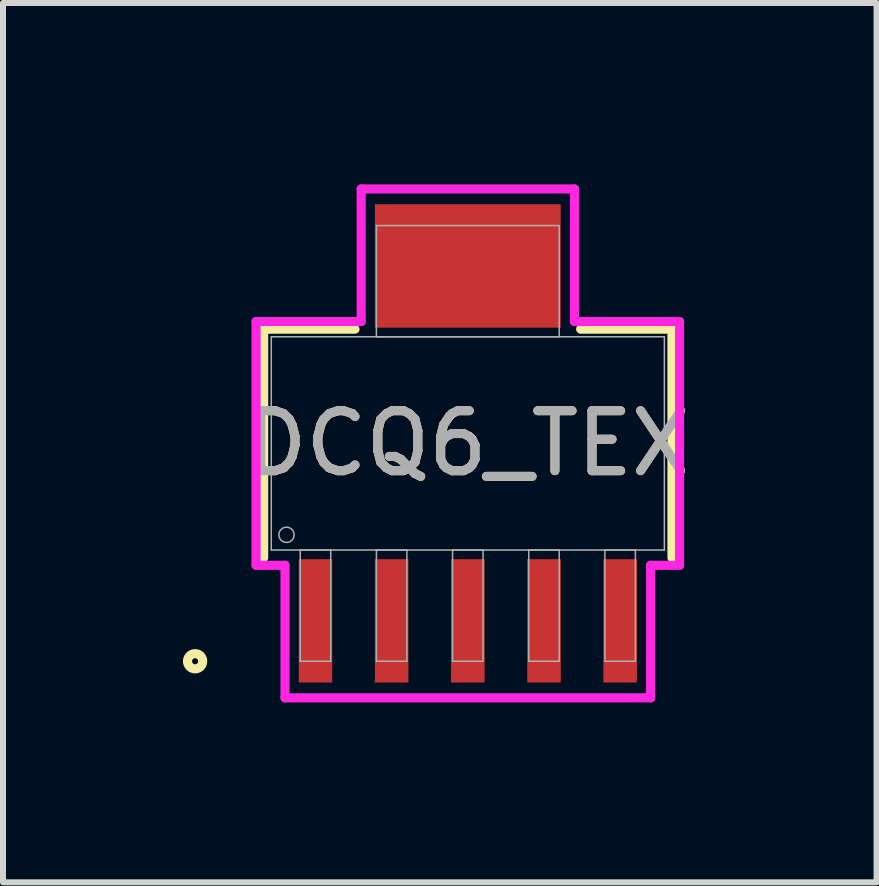
<source format=kicad_pcb>
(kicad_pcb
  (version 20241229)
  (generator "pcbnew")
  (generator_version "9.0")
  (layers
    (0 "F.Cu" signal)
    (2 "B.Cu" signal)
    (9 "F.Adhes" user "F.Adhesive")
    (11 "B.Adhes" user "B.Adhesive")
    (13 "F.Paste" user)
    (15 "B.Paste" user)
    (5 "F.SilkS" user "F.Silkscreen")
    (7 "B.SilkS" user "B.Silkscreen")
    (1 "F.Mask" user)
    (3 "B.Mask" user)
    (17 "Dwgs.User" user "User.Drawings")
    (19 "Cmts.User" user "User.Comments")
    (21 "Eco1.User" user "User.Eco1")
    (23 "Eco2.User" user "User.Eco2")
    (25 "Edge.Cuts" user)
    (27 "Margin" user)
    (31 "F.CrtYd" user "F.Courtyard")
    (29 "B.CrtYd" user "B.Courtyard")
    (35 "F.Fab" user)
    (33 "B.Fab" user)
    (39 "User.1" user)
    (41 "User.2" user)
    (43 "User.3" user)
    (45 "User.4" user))
  (footprint "DCQ6_TEX"
    (layer "F.Cu")
    (at 4.75 4.343)
    (property "Reference" "DCQ6_TEX" (at 0 0 0) (unlocked yes) (layer "F.SilkS") (effects (font (size 1 1) (thickness 0.15))))
    (attr smd)
    (fp_poly (pts (xy 1.549 -3.988) (xy -1.549 -3.988) (xy -1.549 -1.93) (xy 1.549 -1.93)) (stroke (width 0) (type solid)) (fill yes) (layer "F.Cu"))
    (fp_poly (pts (xy 1.575 -4.343) (xy -1.575 -4.343) (xy -1.575 -1.575) (xy 1.575 -1.575)) (stroke (width 0) (type solid)) (fill yes) (layer "F.Mask"))
    (fp_line (start -3.404 -1.905) (end -3.404 1.905) (stroke (width 0.152) (type solid)) (layer "F.SilkS"))
    (fp_line (start -1.881 -1.905) (end -3.404 -1.905) (stroke (width 0.152) (type solid)) (layer "F.SilkS"))
    (fp_line (start 3.404 -1.905) (end 1.881 -1.905) (stroke (width 0.152) (type solid)) (layer "F.SilkS"))
    (fp_line (start 3.404 1.905) (end 3.404 -1.905) (stroke (width 0.152) (type solid)) (layer "F.SilkS"))
    (fp_circle (center -4.547 3.632) (end -4.42 3.632) (stroke (width 0.152) (type solid)) (fill no) (layer "F.SilkS"))
    (fp_poly (pts (xy 1.549 -3.988) (xy -1.549 -3.988) (xy -1.549 -1.93) (xy 1.549 -1.93)) (stroke (width 0) (type solid)) (fill yes) (layer "F.Paste"))
    (fp_line (start -3.531 -2.032) (end -1.778 -2.032) (stroke (width 0.152) (type solid)) (layer "F.CrtYd"))
    (fp_line (start -3.531 2.032) (end -3.531 -2.032) (stroke (width 0.152) (type solid)) (layer "F.CrtYd"))
    (fp_line (start -3.048 2.032) (end -3.531 2.032) (stroke (width 0.152) (type solid)) (layer "F.CrtYd"))
    (fp_line (start -3.048 4.242) (end -3.048 2.032) (stroke (width 0.152) (type solid)) (layer "F.CrtYd"))
    (fp_line (start -1.778 -4.242) (end 1.778 -4.242) (stroke (width 0.152) (type solid)) (layer "F.CrtYd"))
    (fp_line (start -1.778 -2.032) (end -1.778 -4.242) (stroke (width 0.152) (type solid)) (layer "F.CrtYd"))
    (fp_line (start 1.778 -4.242) (end 1.778 -2.032) (stroke (width 0.152) (type solid)) (layer "F.CrtYd"))
    (fp_line (start 1.778 -2.032) (end 3.531 -2.032) (stroke (width 0.152) (type solid)) (layer "F.CrtYd"))
    (fp_line (start 3.048 2.032) (end 3.048 4.242) (stroke (width 0.152) (type solid)) (layer "F.CrtYd"))
    (fp_line (start 3.048 4.242) (end -3.048 4.242) (stroke (width 0.152) (type solid)) (layer "F.CrtYd"))
    (fp_line (start 3.531 -2.032) (end 3.531 2.032) (stroke (width 0.152) (type solid)) (layer "F.CrtYd"))
    (fp_line (start 3.531 2.032) (end 3.048 2.032) (stroke (width 0.152) (type solid)) (layer "F.CrtYd"))
    (fp_line (start -3.277 -1.778) (end -3.277 1.778) (stroke (width 0.025) (type solid)) (layer "F.Fab"))
    (fp_line (start -3.277 1.778) (end 3.277 1.778) (stroke (width 0.025) (type solid)) (layer "F.Fab"))
    (fp_line (start -2.794 1.778) (end -2.794 3.632) (stroke (width 0.025) (type solid)) (layer "F.Fab"))
    (fp_line (start -2.794 3.632) (end -2.286 3.632) (stroke (width 0.025) (type solid)) (layer "F.Fab"))
    (fp_line (start -2.286 1.778) (end -2.794 1.778) (stroke (width 0.025) (type solid)) (layer "F.Fab"))
    (fp_line (start -2.286 3.632) (end -2.286 1.778) (stroke (width 0.025) (type solid)) (layer "F.Fab"))
    (fp_line (start -1.524 -3.632) (end -1.524 -1.778) (stroke (width 0.025) (type solid)) (layer "F.Fab"))
    (fp_line (start -1.524 -1.778) (end 1.524 -1.778) (stroke (width 0.025) (type solid)) (layer "F.Fab"))
    (fp_line (start -1.524 1.778) (end -1.524 3.632) (stroke (width 0.025) (type solid)) (layer "F.Fab"))
    (fp_line (start -1.524 3.632) (end -1.016 3.632) (stroke (width 0.025) (type solid)) (layer "F.Fab"))
    (fp_line (start -1.016 1.778) (end -1.524 1.778) (stroke (width 0.025) (type solid)) (layer "F.Fab"))
    (fp_line (start -1.016 3.632) (end -1.016 1.778) (stroke (width 0.025) (type solid)) (layer "F.Fab"))
    (fp_line (start -0.254 1.778) (end -0.254 3.632) (stroke (width 0.025) (type solid)) (layer "F.Fab"))
    (fp_line (start -0.254 3.632) (end 0.254 3.632) (stroke (width 0.025) (type solid)) (layer "F.Fab"))
    (fp_line (start 0.254 1.778) (end -0.254 1.778) (stroke (width 0.025) (type solid)) (layer "F.Fab"))
    (fp_line (start 0.254 3.632) (end 0.254 1.778) (stroke (width 0.025) (type solid)) (layer "F.Fab"))
    (fp_line (start 1.016 1.778) (end 1.016 3.632) (stroke (width 0.025) (type solid)) (layer "F.Fab"))
    (fp_line (start 1.016 3.632) (end 1.524 3.632) (stroke (width 0.025) (type solid)) (layer "F.Fab"))
    (fp_line (start 1.524 -3.632) (end -1.524 -3.632) (stroke (width 0.025) (type solid)) (layer "F.Fab"))
    (fp_line (start 1.524 -1.778) (end 1.524 -3.632) (stroke (width 0.025) (type solid)) (layer "F.Fab"))
    (fp_line (start 1.524 1.778) (end 1.016 1.778) (stroke (width 0.025) (type solid)) (layer "F.Fab"))
    (fp_line (start 1.524 3.632) (end 1.524 1.778) (stroke (width 0.025) (type solid)) (layer "F.Fab"))
    (fp_line (start 2.286 1.778) (end 2.286 3.632) (stroke (width 0.025) (type solid)) (layer "F.Fab"))
    (fp_line (start 2.286 3.632) (end 2.794 3.632) (stroke (width 0.025) (type solid)) (layer "F.Fab"))
    (fp_line (start 2.794 1.778) (end 2.286 1.778) (stroke (width 0.025) (type solid)) (layer "F.Fab"))
    (fp_line (start 2.794 3.632) (end 2.794 1.778) (stroke (width 0.025) (type solid)) (layer "F.Fab"))
    (fp_line (start 3.277 -1.778) (end -3.277 -1.778) (stroke (width 0.025) (type solid)) (layer "F.Fab"))
    (fp_line (start 3.277 1.778) (end 3.277 -1.778) (stroke (width 0.025) (type solid)) (layer "F.Fab"))
    (fp_circle (center -3.023 1.524) (end -2.896 1.524) (stroke (width 0.025) (type solid)) (fill no) (layer "F.Fab"))
    (fp_text user "${REFERENCE}" (at 0 0 0) (unlocked yes) (layer "F.Fab") (effects (font (size 1 1) (thickness 0.15))))
    (pad "1" smd rect (at -2.54 2.959) (size 0.559 2.057) (layers "F.Cu" "F.Mask" "F.Paste"))
    (pad "2" smd rect (at -1.27 2.959) (size 0.559 2.057) (layers "F.Cu" "F.Mask" "F.Paste"))
    (pad "3" smd rect (at 0 2.959) (size 0.559 2.057) (layers "F.Cu" "F.Mask" "F.Paste"))
    (pad "4" smd rect (at 1.27 2.959) (size 0.559 2.057) (layers "F.Cu" "F.Mask" "F.Paste"))
    (pad "5" smd rect (at 2.54 2.959) (size 0.559 2.057) (layers "F.Cu" "F.Mask" "F.Paste")))
  (gr_rect
    (start -3 -3)
    (end 11.565 11.661)
    (stroke (width 0.1) (type default))
    (fill no)
    (layer "Edge.Cuts")))
</source>
